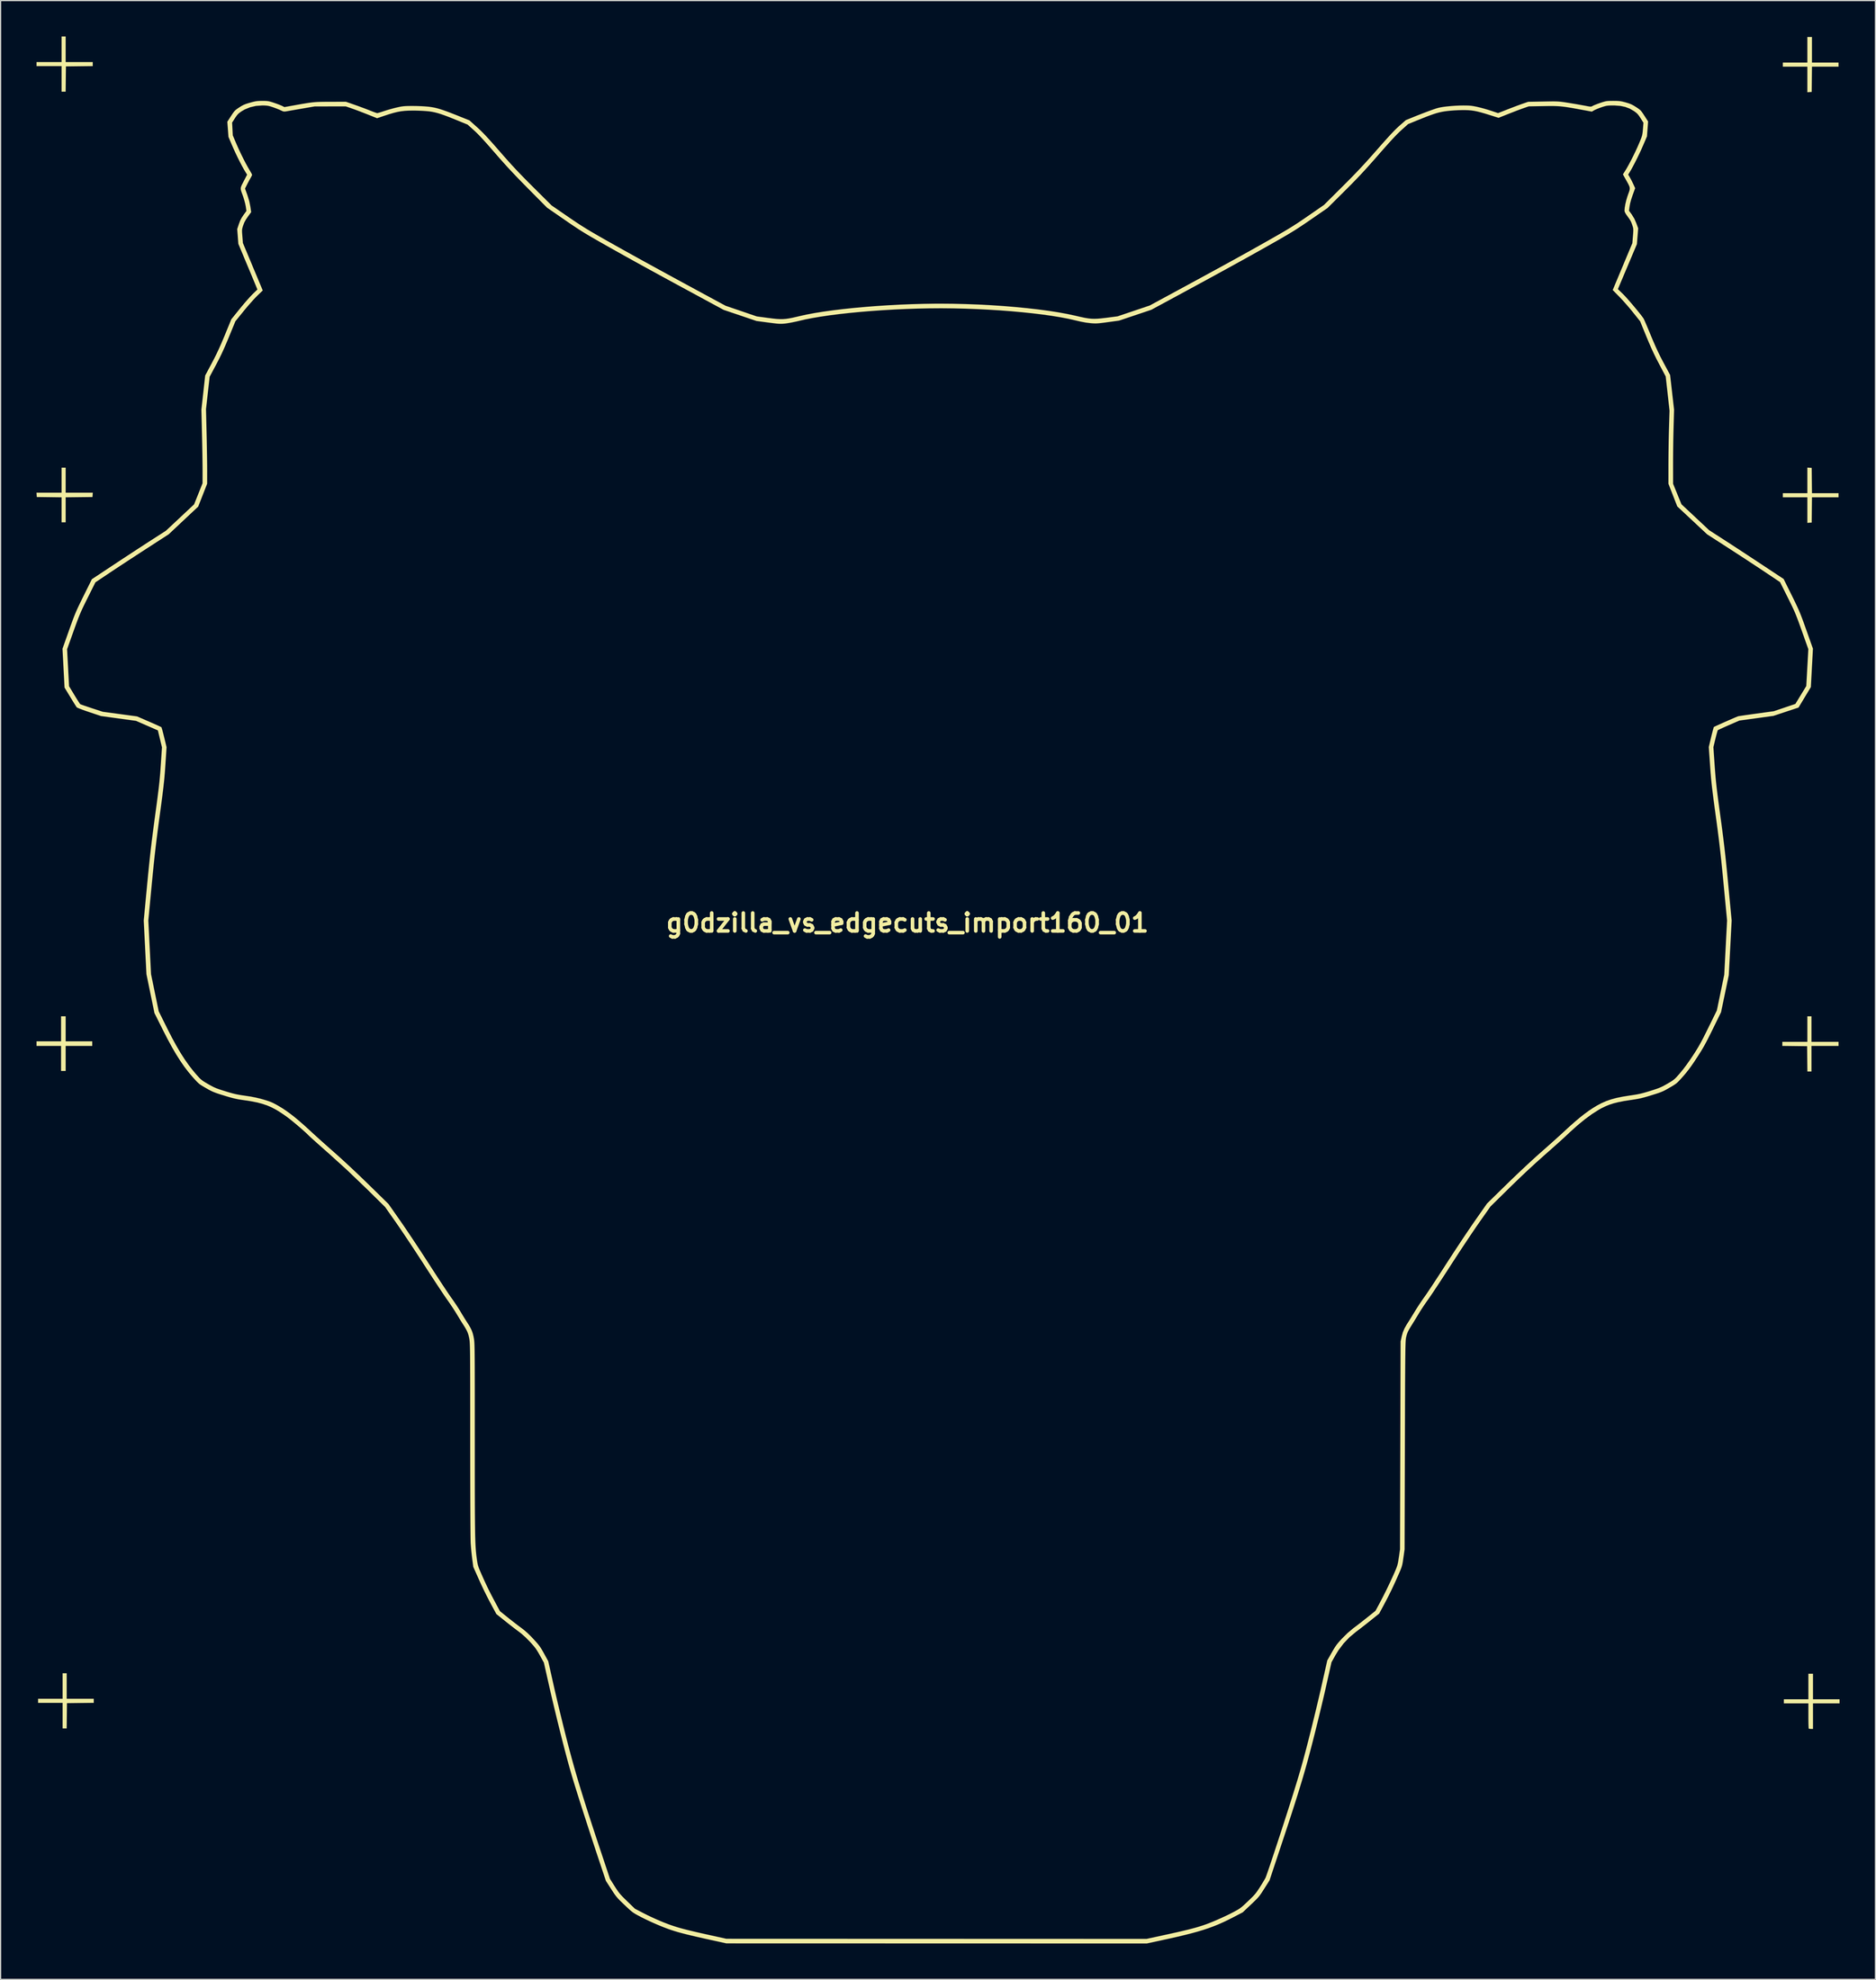
<source format=kicad_pcb>
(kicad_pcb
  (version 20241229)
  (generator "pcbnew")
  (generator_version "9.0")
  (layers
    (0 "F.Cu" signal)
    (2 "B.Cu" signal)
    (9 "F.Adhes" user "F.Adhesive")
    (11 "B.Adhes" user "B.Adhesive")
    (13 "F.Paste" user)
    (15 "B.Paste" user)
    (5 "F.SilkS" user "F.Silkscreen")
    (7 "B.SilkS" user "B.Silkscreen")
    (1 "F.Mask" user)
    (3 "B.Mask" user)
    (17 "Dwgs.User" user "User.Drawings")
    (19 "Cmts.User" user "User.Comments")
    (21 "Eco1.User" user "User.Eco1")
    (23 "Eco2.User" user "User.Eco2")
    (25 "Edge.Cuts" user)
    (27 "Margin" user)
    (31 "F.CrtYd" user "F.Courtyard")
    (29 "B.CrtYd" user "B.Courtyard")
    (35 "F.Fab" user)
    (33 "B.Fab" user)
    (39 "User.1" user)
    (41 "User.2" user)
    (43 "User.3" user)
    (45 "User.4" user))
  (footprint "g0dzilla_vs_edgecuts_import160_01"
    (layer "F.Cu")
    (at 72.79 74.066)
    (property "Reference" "g0dzilla_vs_edgecuts_import160_01" (at 0 0 0) (layer "F.SilkS") (effects (font (size 1.5 1.5) (thickness 0.3))))
    (attr board_only exclude_from_pos_files exclude_from_bom)
    (fp_poly (pts (xy -70.352 -72.998) (xy -70.352 -71.931) (xy -69.22 -71.931) (xy -68.089 -71.931) (xy -68.089 -71.761) (xy -68.089 -71.591) (xy -69.21 -71.58) (xy -70.33 -71.568) (xy -70.342 -70.512) (xy -70.353 -69.455) (xy -70.523 -69.455) (xy -70.693 -69.455) (xy -70.693 -70.522) (xy -70.693 -71.59) (xy -71.739 -71.59) (xy -72.785 -71.59) (xy -72.785 -71.76) (xy -72.785 -71.931) (xy -71.739 -71.931) (xy -70.693 -71.931) (xy -70.693 -72.998) (xy -70.693 -74.066) (xy -70.522 -74.066) (xy -70.352 -74.066)) (stroke (width 0) (type solid)) (fill yes) (layer "F.SilkS"))
    (fp_poly (pts (xy -70.352 -36.99) (xy -70.352 -35.944) (xy -69.218 -35.944) (xy -68.084 -35.944) (xy -68.097 -35.763) (xy -68.11 -35.581) (xy -69.231 -35.57) (xy -70.352 -35.559) (xy -70.352 -34.513) (xy -70.352 -33.468) (xy -70.522 -33.468) (xy -70.693 -33.468) (xy -70.693 -34.513) (xy -70.693 -35.558) (xy -71.728 -35.57) (xy -72.764 -35.581) (xy -72.777 -35.763) (xy -72.79 -35.944) (xy -71.741 -35.944) (xy -70.693 -35.944) (xy -70.693 -36.99) (xy -70.693 -38.036) (xy -70.522 -38.036) (xy -70.352 -38.036)) (stroke (width 0) (type solid)) (fill yes) (layer "F.SilkS"))
    (fp_poly (pts (xy -70.352 8.858) (xy -70.352 9.904) (xy -69.242 9.904) (xy -68.132 9.904) (xy -68.132 10.096) (xy -68.132 10.288) (xy -69.242 10.288) (xy -70.352 10.288) (xy -70.352 11.334) (xy -70.352 12.38) (xy -70.544 12.38) (xy -70.736 12.38) (xy -70.736 11.334) (xy -70.736 10.288) (xy -71.76 10.288) (xy -72.785 10.288) (xy -72.785 10.096) (xy -72.785 9.904) (xy -71.76 9.904) (xy -70.736 9.904) (xy -70.736 8.858) (xy -70.736 7.812) (xy -70.544 7.812) (xy -70.352 7.812)) (stroke (width 0) (type solid)) (fill yes) (layer "F.SilkS"))
    (fp_poly (pts (xy -70.266 63.777) (xy -70.266 64.845) (xy -69.135 64.845) (xy -68.004 64.845) (xy -68.004 65.015) (xy -68.004 65.185) (xy -69.124 65.196) (xy -70.245 65.208) (xy -70.256 66.264) (xy -70.268 67.321) (xy -70.438 67.321) (xy -70.608 67.321) (xy -70.608 66.253) (xy -70.608 65.186) (xy -71.632 65.186) (xy -72.657 65.186) (xy -72.657 65.015) (xy -72.657 64.845) (xy -71.632 64.845) (xy -70.608 64.845) (xy -70.608 63.777) (xy -70.608 62.71) (xy -70.437 62.71) (xy -70.266 62.71)) (stroke (width 0) (type solid)) (fill yes) (layer "F.SilkS"))
    (fp_poly (pts (xy 75.4 -38.028) (xy 75.581 -38.015) (xy 75.592 -36.958) (xy 75.604 -35.902) (xy 76.713 -35.902) (xy 77.822 -35.902) (xy 77.822 -35.731) (xy 77.822 -35.56) (xy 76.713 -35.56) (xy 75.604 -35.56) (xy 75.592 -34.503) (xy 75.581 -33.447) (xy 75.4 -33.434) (xy 75.218 -33.421) (xy 75.218 -34.49) (xy 75.218 -35.56) (xy 74.194 -35.56) (xy 73.169 -35.56) (xy 73.169 -35.731) (xy 73.169 -35.902) (xy 74.194 -35.902) (xy 75.218 -35.902) (xy 75.218 -36.971) (xy 75.218 -38.041)) (stroke (width 0) (type solid)) (fill yes) (layer "F.SilkS"))
    (fp_poly (pts (xy 75.56 8.879) (xy 75.56 9.947) (xy 76.691 9.947) (xy 77.822 9.947) (xy 77.822 10.117) (xy 77.822 10.288) (xy 76.691 10.288) (xy 75.56 10.288) (xy 75.56 11.355) (xy 75.56 12.423) (xy 75.39 12.423) (xy 75.22 12.423) (xy 75.208 11.366) (xy 75.197 10.309) (xy 74.162 10.298) (xy 73.126 10.287) (xy 73.126 10.117) (xy 73.126 9.947) (xy 74.172 9.947) (xy 75.218 9.947) (xy 75.218 8.879) (xy 75.218 7.812) (xy 75.389 7.812) (xy 75.56 7.812)) (stroke (width 0) (type solid)) (fill yes) (layer "F.SilkS"))
    (fp_poly (pts (xy 75.602 -72.956) (xy 75.602 -71.888) (xy 76.712 -71.888) (xy 77.822 -71.888) (xy 77.822 -71.718) (xy 77.822 -71.547) (xy 76.713 -71.547) (xy 75.604 -71.547) (xy 75.592 -70.49) (xy 75.581 -69.434) (xy 75.4 -69.421) (xy 75.218 -69.408) (xy 75.218 -70.477) (xy 75.218 -71.547) (xy 74.194 -71.547) (xy 73.169 -71.547) (xy 73.169 -71.718) (xy 73.169 -71.888) (xy 74.194 -71.888) (xy 75.218 -71.888) (xy 75.218 -72.956) (xy 75.218 -74.023) (xy 75.41 -74.023) (xy 75.602 -74.023)) (stroke (width 0) (type solid)) (fill yes) (layer "F.SilkS"))
    (fp_poly (pts (xy 75.688 63.82) (xy 75.688 64.887) (xy 76.798 64.887) (xy 77.908 64.887) (xy 77.908 65.058) (xy 77.908 65.229) (xy 76.798 65.229) (xy 75.688 65.229) (xy 75.688 66.296) (xy 75.688 67.363) (xy 75.524 67.363) (xy 75.411 67.357) (xy 75.339 67.34) (xy 75.332 67.335) (xy 75.324 67.286) (xy 75.317 67.164) (xy 75.311 66.98) (xy 75.307 66.747) (xy 75.304 66.477) (xy 75.304 66.268) (xy 75.304 65.229) (xy 74.279 65.229) (xy 73.254 65.229) (xy 73.254 65.058) (xy 73.254 64.887) (xy 74.279 64.887) (xy 75.304 64.887) (xy 75.304 63.82) (xy 75.304 62.753) (xy 75.496 62.753) (xy 75.688 62.753)) (stroke (width 0) (type solid)) (fill yes) (layer "F.SilkS"))
    (fp_poly (pts (xy 59.245 -68.685) (xy 59.441 -68.676) (xy 59.608 -68.657) (xy 59.775 -68.624) (xy 59.971 -68.574) (xy 60.04 -68.555) (xy 60.291 -68.479) (xy 60.493 -68.401) (xy 60.682 -68.304) (xy 60.895 -68.173) (xy 60.905 -68.166) (xy 61.07 -68.056) (xy 61.192 -67.965) (xy 61.291 -67.874) (xy 61.383 -67.763) (xy 61.486 -67.616) (xy 61.603 -67.436) (xy 61.907 -66.963) (xy 61.86 -66.341) (xy 61.813 -65.72) (xy 61.484 -64.951) (xy 61.339 -64.623) (xy 61.172 -64.265) (xy 60.994 -63.898) (xy 60.813 -63.538) (xy 60.638 -63.205) (xy 60.479 -62.916) (xy 60.36 -62.715) (xy 60.244 -62.527) (xy 60.373 -62.309) (xy 60.453 -62.165) (xy 60.55 -61.978) (xy 60.645 -61.783) (xy 60.665 -61.741) (xy 60.826 -61.39) (xy 60.618 -60.818) (xy 60.498 -60.461) (xy 60.41 -60.138) (xy 60.36 -59.876) (xy 60.311 -59.506) (xy 60.537 -59.198) (xy 60.758 -58.838) (xy 60.921 -58.463) (xy 61.078 -58.036) (xy 61.024 -57.374) (xy 60.97 -56.712) (xy 60.375 -55.304) (xy 60.227 -54.954) (xy 60.081 -54.608) (xy 59.941 -54.278) (xy 59.815 -53.979) (xy 59.707 -53.723) (xy 59.622 -53.524) (xy 59.581 -53.425) (xy 59.382 -52.956) (xy 59.802 -52.55) (xy 59.934 -52.416) (xy 60.104 -52.231) (xy 60.302 -52.007) (xy 60.516 -51.759) (xy 60.737 -51.498) (xy 60.952 -51.239) (xy 61.152 -50.994) (xy 61.324 -50.776) (xy 61.458 -50.598) (xy 61.528 -50.498) (xy 61.56 -50.434) (xy 61.621 -50.302) (xy 61.704 -50.111) (xy 61.807 -49.871) (xy 61.924 -49.594) (xy 62.051 -49.288) (xy 62.131 -49.094) (xy 62.347 -48.58) (xy 62.546 -48.125) (xy 62.74 -47.707) (xy 62.937 -47.305) (xy 63.149 -46.896) (xy 63.206 -46.789) (xy 63.746 -45.784) (xy 63.911 -44.333) (xy 64.077 -42.881) (xy 64.034 -41.343) (xy 64.023 -40.895) (xy 64.013 -40.389) (xy 64.005 -39.853) (xy 63.998 -39.313) (xy 63.994 -38.797) (xy 63.993 -38.331) (xy 63.993 -38.248) (xy 63.995 -36.691) (xy 64.345 -35.833) (xy 64.695 -34.976) (xy 65.855 -33.891) (xy 67.014 -32.806) (xy 68.266 -31.999) (xy 68.567 -31.805) (xy 68.924 -31.573) (xy 69.324 -31.312) (xy 69.753 -31.031) (xy 70.197 -30.74) (xy 70.641 -30.447) (xy 71.073 -30.163) (xy 71.377 -29.962) (xy 73.234 -28.733) (xy 73.907 -27.376) (xy 74.085 -27.016) (xy 74.234 -26.709) (xy 74.361 -26.44) (xy 74.473 -26.195) (xy 74.575 -25.956) (xy 74.675 -25.71) (xy 74.779 -25.44) (xy 74.893 -25.132) (xy 75.023 -24.769) (xy 75.132 -24.464) (xy 75.684 -22.91) (xy 75.597 -21.305) (xy 75.511 -19.701) (xy 74.995 -18.844) (xy 74.479 -17.988) (xy 73.429 -17.64) (xy 72.379 -17.292) (xy 70.956 -17.096) (xy 69.532 -16.9) (xy 68.651 -16.516) (xy 68.394 -16.403) (xy 68.164 -16.3) (xy 67.972 -16.213) (xy 67.829 -16.146) (xy 67.747 -16.105) (xy 67.733 -16.096) (xy 67.711 -16.044) (xy 67.675 -15.924) (xy 67.627 -15.75) (xy 67.572 -15.536) (xy 67.53 -15.368) (xy 67.364 -14.676) (xy 67.471 -13.133) (xy 67.496 -12.785) (xy 67.521 -12.463) (xy 67.547 -12.155) (xy 67.576 -11.85) (xy 67.609 -11.537) (xy 67.646 -11.205) (xy 67.69 -10.843) (xy 67.741 -10.44) (xy 67.802 -9.985) (xy 67.872 -9.466) (xy 67.944 -8.943) (xy 68.029 -8.319) (xy 68.105 -7.744) (xy 68.175 -7.203) (xy 68.239 -6.681) (xy 68.3 -6.162) (xy 68.36 -5.632) (xy 68.419 -5.074) (xy 68.48 -4.474) (xy 68.545 -3.816) (xy 68.6 -3.244) (xy 68.891 -0.192) (xy 68.771 2.092) (xy 68.65 4.376) (xy 68.327 5.923) (xy 68.004 7.47) (xy 67.308 8.89) (xy 67.106 9.298) (xy 66.932 9.644) (xy 66.778 9.942) (xy 66.636 10.206) (xy 66.496 10.452) (xy 66.352 10.693) (xy 66.195 10.945) (xy 66.017 11.223) (xy 65.984 11.272) (xy 65.731 11.656) (xy 65.506 11.981) (xy 65.297 12.265) (xy 65.092 12.526) (xy 64.878 12.779) (xy 64.834 12.828) (xy 64.648 13.037) (xy 64.502 13.197) (xy 64.38 13.32) (xy 64.264 13.42) (xy 64.139 13.511) (xy 63.988 13.608) (xy 63.794 13.723) (xy 63.709 13.772) (xy 63.503 13.891) (xy 63.33 13.987) (xy 63.17 14.066) (xy 63.007 14.136) (xy 62.822 14.205) (xy 62.597 14.281) (xy 62.315 14.37) (xy 62.194 14.407) (xy 61.861 14.509) (xy 61.584 14.588) (xy 61.339 14.651) (xy 61.103 14.702) (xy 60.849 14.747) (xy 60.555 14.793) (xy 60.405 14.814) (xy 59.879 14.896) (xy 59.423 14.986) (xy 59.02 15.087) (xy 58.657 15.205) (xy 58.316 15.344) (xy 57.982 15.51) (xy 57.787 15.62) (xy 57.223 15.978) (xy 56.626 16.416) (xy 55.998 16.931) (xy 55.337 17.525) (xy 55.09 17.759) (xy 54.965 17.877) (xy 54.784 18.042) (xy 54.558 18.247) (xy 54.296 18.482) (xy 54.007 18.74) (xy 53.701 19.011) (xy 53.387 19.288) (xy 53.255 19.405) (xy 52.577 20.01) (xy 51.863 20.665) (xy 51.132 21.356) (xy 50.399 22.065) (xy 50.288 22.175) (xy 48.73 23.709) (xy 47.769 25.078) (xy 47.56 25.378) (xy 47.314 25.739) (xy 47.039 26.146) (xy 46.743 26.589) (xy 46.434 27.054) (xy 46.12 27.529) (xy 45.811 28.002) (xy 45.513 28.46) (xy 45.38 28.666) (xy 45.113 29.081) (xy 44.846 29.491) (xy 44.587 29.888) (xy 44.341 30.263) (xy 44.112 30.607) (xy 43.909 30.913) (xy 43.734 31.171) (xy 43.596 31.373) (xy 43.51 31.493) (xy 43.334 31.743) (xy 43.146 32.018) (xy 42.965 32.293) (xy 42.81 32.538) (xy 42.758 32.625) (xy 42.616 32.861) (xy 42.461 33.115) (xy 42.312 33.357) (xy 42.19 33.554) (xy 42.034 33.803) (xy 41.918 34.001) (xy 41.834 34.165) (xy 41.772 34.314) (xy 41.724 34.467) (xy 41.681 34.642) (xy 41.681 34.645) (xy 41.672 34.689) (xy 41.664 34.74) (xy 41.656 34.801) (xy 41.649 34.877) (xy 41.643 34.971) (xy 41.637 35.086) (xy 41.632 35.226) (xy 41.627 35.394) (xy 41.622 35.595) (xy 41.618 35.832) (xy 41.615 36.107) (xy 41.611 36.426) (xy 41.608 36.791) (xy 41.605 37.206) (xy 41.602 37.675) (xy 41.599 38.201) (xy 41.596 38.787) (xy 41.594 39.438) (xy 41.591 40.157) (xy 41.589 40.947) (xy 41.586 41.813) (xy 41.583 42.756) (xy 41.58 43.671) (xy 41.555 52.358) (xy 41.455 53.063) (xy 41.418 53.317) (xy 41.385 53.515) (xy 41.35 53.679) (xy 41.307 53.83) (xy 41.249 53.99) (xy 41.171 54.181) (xy 41.065 54.424) (xy 41.044 54.471) (xy 40.822 54.969) (xy 40.621 55.409) (xy 40.43 55.812) (xy 40.238 56.199) (xy 40.036 56.592) (xy 39.843 56.957) (xy 39.432 57.724) (xy 38.702 58.31) (xy 38.45 58.51) (xy 38.186 58.718) (xy 37.928 58.919) (xy 37.696 59.097) (xy 37.51 59.236) (xy 37.502 59.242) (xy 36.945 59.706) (xy 36.449 60.229) (xy 36.016 60.807) (xy 35.78 61.195) (xy 35.445 61.792) (xy 34.986 63.835) (xy 34.883 64.289) (xy 34.762 64.807) (xy 34.627 65.373) (xy 34.484 65.968) (xy 34.337 66.575) (xy 34.189 67.175) (xy 34.045 67.752) (xy 33.909 68.287) (xy 33.895 68.343) (xy 33.759 68.869) (xy 33.627 69.372) (xy 33.496 69.859) (xy 33.365 70.337) (xy 33.23 70.814) (xy 33.091 71.296) (xy 32.944 71.791) (xy 32.787 72.307) (xy 32.619 72.851) (xy 32.436 73.429) (xy 32.238 74.05) (xy 32.021 74.72) (xy 31.783 75.448) (xy 31.522 76.239) (xy 31.236 77.102) (xy 31.16 77.331) (xy 30.266 80.021) (xy 29.829 80.711) (xy 29.681 80.941) (xy 29.56 81.125) (xy 29.45 81.278) (xy 29.34 81.415) (xy 29.215 81.553) (xy 29.063 81.707) (xy 28.871 81.892) (xy 28.708 82.046) (xy 28.025 82.692) (xy 27.257 83.092) (xy 26.832 83.308) (xy 26.423 83.504) (xy 26.019 83.684) (xy 25.612 83.85) (xy 25.191 84.005) (xy 24.748 84.153) (xy 24.272 84.297) (xy 23.755 84.44) (xy 23.187 84.584) (xy 22.557 84.734) (xy 21.857 84.892) (xy 21.488 84.972) (xy 20.01 85.293) (xy 2.438 85.289) (xy -15.133 85.285) (xy -16.457 84.994) (xy -17.067 84.859) (xy -17.603 84.737) (xy -18.073 84.627) (xy -18.487 84.526) (xy -18.854 84.431) (xy -19.183 84.341) (xy -19.483 84.251) (xy -19.764 84.16) (xy -20.034 84.065) (xy -20.303 83.964) (xy -20.581 83.854) (xy -20.597 83.847) (xy -20.921 83.712) (xy -21.27 83.559) (xy -21.62 83.399) (xy -21.945 83.244) (xy -22.219 83.107) (xy -22.252 83.09) (xy -22.488 82.965) (xy -22.674 82.864) (xy -22.826 82.773) (xy -22.96 82.683) (xy -23.091 82.58) (xy -23.237 82.454) (xy -23.412 82.292) (xy -23.632 82.084) (xy -23.639 82.077) (xy -23.867 81.86) (xy -24.046 81.685) (xy -24.189 81.535) (xy -24.311 81.393) (xy -24.425 81.245) (xy -24.545 81.074) (xy -24.684 80.862) (xy -24.755 80.752) (xy -25.199 80.063) (xy -25.92 77.908) (xy -26.078 77.433) (xy -26.255 76.894) (xy -26.447 76.31) (xy -26.646 75.699) (xy -26.847 75.079) (xy -27.044 74.468) (xy -27.232 73.883) (xy -27.404 73.344) (xy -27.426 73.276) (xy -27.613 72.682) (xy -27.778 72.154) (xy -27.925 71.674) (xy -28.059 71.227) (xy -28.184 70.796) (xy -28.305 70.366) (xy -28.427 69.921) (xy -28.554 69.443) (xy -28.691 68.918) (xy -28.835 68.359) (xy -28.969 67.831) (xy -29.112 67.259) (xy -29.26 66.66) (xy -29.407 66.052) (xy -29.551 65.454) (xy -29.687 64.883) (xy -29.81 64.358) (xy -29.915 63.896) (xy -29.921 63.872) (xy -30.382 61.825) (xy -30.716 61.222) (xy -30.857 60.973) (xy -30.981 60.773) (xy -31.103 60.597) (xy -31.243 60.423) (xy -31.416 60.226) (xy -31.544 60.086) (xy -31.912 59.713) (xy -32.264 59.4) (xy -32.465 59.245) (xy -32.633 59.12) (xy -32.85 58.956) (xy -33.095 58.766) (xy -33.352 58.565) (xy -33.601 58.367) (xy -33.624 58.349) (xy -34.356 57.763) (xy -34.697 57.131) (xy -34.959 56.64) (xy -35.19 56.191) (xy -35.405 55.755) (xy -35.619 55.303) (xy -35.844 54.808) (xy -35.906 54.67) (xy -36.283 53.822) (xy -36.371 53.169) (xy -36.408 52.866) (xy -36.445 52.52) (xy -36.476 52.174) (xy -36.499 51.869) (xy -36.499 51.86) (xy -36.504 51.747) (xy -36.508 51.552) (xy -36.512 51.281) (xy -36.516 50.937) (xy -36.519 50.525) (xy -36.523 50.05) (xy -36.526 49.514) (xy -36.529 48.924) (xy -36.532 48.282) (xy -36.534 47.594) (xy -36.536 46.864) (xy -36.538 46.095) (xy -36.539 45.293) (xy -36.54 44.462) (xy -36.541 43.605) (xy -36.541 43.171) (xy -36.541 42.197) (xy -36.541 41.304) (xy -36.541 40.49) (xy -36.542 39.749) (xy -36.542 39.079) (xy -36.543 38.475) (xy -36.544 37.933) (xy -36.546 37.451) (xy -36.547 37.024) (xy -36.549 36.648) (xy -36.552 36.319) (xy -36.555 36.034) (xy -36.558 35.79) (xy -36.562 35.581) (xy -36.566 35.405) (xy -36.571 35.257) (xy -36.577 35.134) (xy -36.583 35.032) (xy -36.59 34.948) (xy -36.598 34.877) (xy -36.606 34.815) (xy -36.615 34.76) (xy -36.624 34.713) (xy -36.678 34.475) (xy -36.746 34.263) (xy -36.84 34.053) (xy -36.968 33.824) (xy -37.14 33.554) (xy -37.217 33.434) (xy -37.326 33.26) (xy -37.454 33.051) (xy -37.589 32.828) (xy -37.653 32.721) (xy -37.81 32.466) (xy -37.999 32.174) (xy -38.2 31.875) (xy -38.39 31.599) (xy -38.453 31.511) (xy -38.557 31.364) (xy -38.701 31.153) (xy -38.88 30.887) (xy -39.088 30.574) (xy -39.32 30.224) (xy -39.57 29.843) (xy -39.833 29.442) (xy -40.102 29.027) (xy -40.358 28.63) (xy -40.648 28.182) (xy -40.951 27.718) (xy -41.26 27.247) (xy -41.567 26.783) (xy -41.865 26.336) (xy -42.145 25.919) (xy -42.399 25.544) (xy -42.621 25.221) (xy -42.736 25.055) (xy -43.653 23.75) (xy -45.209 22.215) (xy -46.879 20.617) (xy -48.345 19.29) (xy -48.661 19.011) (xy -48.961 18.746) (xy -49.236 18.501) (xy -49.482 18.282) (xy -49.691 18.094) (xy -49.856 17.945) (xy -49.971 17.839) (xy -50.029 17.783) (xy -50.032 17.781) (xy -50.139 17.672) (xy -50.3 17.522) (xy -50.502 17.34) (xy -50.733 17.138) (xy -50.98 16.926) (xy -51.23 16.717) (xy -51.47 16.52) (xy -51.662 16.367) (xy -51.904 16.186) (xy -52.18 15.993) (xy -52.46 15.807) (xy -52.71 15.652) (xy -52.748 15.63) (xy -53.12 15.433) (xy -53.502 15.267) (xy -53.911 15.128) (xy -54.361 15.01) (xy -54.867 14.91) (xy -55.364 14.834) (xy -55.666 14.791) (xy -55.922 14.749) (xy -56.155 14.702) (xy -56.389 14.647) (xy -56.646 14.576) (xy -56.95 14.486) (xy -57.114 14.436) (xy -57.426 14.339) (xy -57.673 14.258) (xy -57.874 14.186) (xy -58.047 14.116) (xy -58.21 14.04) (xy -58.379 13.951) (xy -58.574 13.841) (xy -58.629 13.81) (xy -58.842 13.686) (xy -59.006 13.586) (xy -59.139 13.495) (xy -59.257 13.399) (xy -59.377 13.284) (xy -59.516 13.137) (xy -59.691 12.942) (xy -59.736 12.892) (xy -60.09 12.475) (xy -60.437 12.021) (xy -60.781 11.523) (xy -61.128 10.974) (xy -61.482 10.365) (xy -61.849 9.689) (xy -62.204 8.996) (xy -62.932 7.54) (xy -63.266 5.915) (xy -63.601 4.29) (xy -63.714 2.049) (xy -63.827 -0.192) (xy -63.545 -3.159) (xy -63.475 -3.886) (xy -63.409 -4.545) (xy -63.346 -5.153) (xy -63.284 -5.728) (xy -63.22 -6.287) (xy -63.153 -6.848) (xy -63.08 -7.427) (xy -63 -8.041) (xy -62.91 -8.71) (xy -62.881 -8.922) (xy -62.8 -9.516) (xy -62.73 -10.036) (xy -62.671 -10.491) (xy -62.62 -10.893) (xy -62.576 -11.251) (xy -62.539 -11.575) (xy -62.507 -11.876) (xy -62.48 -12.164) (xy -62.455 -12.449) (xy -62.433 -12.741) (xy -62.411 -13.051) (xy -62.401 -13.191) (xy -62.303 -14.664) (xy -62.474 -15.372) (xy -62.645 -16.08) (xy -63.557 -16.478) (xy -64.469 -16.876) (xy -65.932 -17.077) (xy -67.395 -17.278) (xy -68.377 -17.606) (xy -68.655 -17.7) (xy -68.907 -17.79) (xy -69.123 -17.871) (xy -69.289 -17.938) (xy -69.394 -17.986) (xy -69.424 -18.006) (xy -69.465 -18.063) (xy -69.541 -18.182) (xy -69.647 -18.349) (xy -69.775 -18.555) (xy -69.916 -18.786) (xy -69.966 -18.868) (xy -70.445 -19.658) (xy -70.531 -21.28) (xy -70.615 -22.86) (xy -70.233 -22.86) (xy -70.15 -21.315) (xy -70.067 -19.771) (xy -69.626 -19.042) (xy -69.489 -18.816) (xy -69.364 -18.616) (xy -69.26 -18.452) (xy -69.183 -18.335) (xy -69.141 -18.279) (xy -69.139 -18.276) (xy -69.086 -18.253) (xy -68.965 -18.207) (xy -68.786 -18.144) (xy -68.563 -18.068) (xy -68.308 -17.983) (xy -68.174 -17.938) (xy -67.257 -17.637) (xy -65.82 -17.443) (xy -64.382 -17.248) (xy -63.386 -16.815) (xy -63.114 -16.696) (xy -62.866 -16.587) (xy -62.655 -16.492) (xy -62.492 -16.417) (xy -62.387 -16.367) (xy -62.352 -16.347) (xy -62.331 -16.296) (xy -62.293 -16.176) (xy -62.244 -15.999) (xy -62.187 -15.778) (xy -62.125 -15.528) (xy -62.116 -15.494) (xy -61.919 -14.675) (xy -62.017 -13.197) (xy -62.039 -12.876) (xy -62.061 -12.578) (xy -62.084 -12.292) (xy -62.11 -12.008) (xy -62.14 -11.716) (xy -62.174 -11.405) (xy -62.214 -11.066) (xy -62.261 -10.688) (xy -62.317 -10.26) (xy -62.381 -9.774) (xy -62.456 -9.218) (xy -62.497 -8.922) (xy -62.59 -8.233) (xy -62.673 -7.601) (xy -62.748 -7.011) (xy -62.817 -6.444) (xy -62.882 -5.883) (xy -62.945 -5.311) (xy -63.008 -4.711) (xy -63.073 -4.065) (xy -63.142 -3.355) (xy -63.161 -3.159) (xy -63.443 -0.192) (xy -63.33 2.049) (xy -63.216 4.29) (xy -62.896 5.84) (xy -62.576 7.39) (xy -61.862 8.828) (xy -61.48 9.576) (xy -61.114 10.249) (xy -60.758 10.856) (xy -60.408 11.403) (xy -60.059 11.9) (xy -59.705 12.355) (xy -59.508 12.589) (xy -59.331 12.791) (xy -59.192 12.943) (xy -59.073 13.06) (xy -58.956 13.158) (xy -58.824 13.25) (xy -58.658 13.352) (xy -58.451 13.473) (xy -58.242 13.592) (xy -58.062 13.688) (xy -57.894 13.768) (xy -57.717 13.841) (xy -57.511 13.915) (xy -57.258 13.998) (xy -57.014 14.074) (xy -56.684 14.174) (xy -56.409 14.252) (xy -56.162 14.313) (xy -55.918 14.362) (xy -55.652 14.407) (xy -55.346 14.451) (xy -54.884 14.521) (xy -54.471 14.601) (xy -54.073 14.697) (xy -53.852 14.759) (xy -53.57 14.843) (xy -53.344 14.918) (xy -53.149 14.995) (xy -52.958 15.085) (xy -52.745 15.198) (xy -52.603 15.278) (xy -52.271 15.476) (xy -51.937 15.697) (xy -51.592 15.946) (xy -51.228 16.229) (xy -50.836 16.555) (xy -50.409 16.929) (xy -49.937 17.358) (xy -49.733 17.547) (xy -49.566 17.701) (xy -49.346 17.901) (xy -49.085 18.136) (xy -48.795 18.396) (xy -48.486 18.671) (xy -48.172 18.949) (xy -47.876 19.21) (xy -47.532 19.516) (xy -47.142 19.87) (xy -46.72 20.26) (xy -46.28 20.672) (xy -45.834 21.094) (xy -45.398 21.513) (xy -44.984 21.915) (xy -44.982 21.917) (xy -43.369 23.498) (xy -42.396 24.887) (xy -42.186 25.19) (xy -41.938 25.553) (xy -41.661 25.964) (xy -41.363 26.409) (xy -41.052 26.877) (xy -40.737 27.355) (xy -40.426 27.831) (xy -40.126 28.292) (xy -39.983 28.514) (xy -39.714 28.93) (xy -39.447 29.341) (xy -39.188 29.738) (xy -38.941 30.114) (xy -38.712 30.459) (xy -38.508 30.765) (xy -38.334 31.024) (xy -38.195 31.227) (xy -38.105 31.353) (xy -37.928 31.602) (xy -37.74 31.88) (xy -37.558 32.158) (xy -37.402 32.406) (xy -37.354 32.486) (xy -37.221 32.71) (xy -37.083 32.937) (xy -36.955 33.143) (xy -36.853 33.303) (xy -36.842 33.319) (xy -36.657 33.606) (xy -36.517 33.849) (xy -36.413 34.067) (xy -36.335 34.283) (xy -36.275 34.516) (xy -36.247 34.65) (xy -36.237 34.708) (xy -36.227 34.765) (xy -36.218 34.825) (xy -36.209 34.892) (xy -36.202 34.969) (xy -36.195 35.062) (xy -36.189 35.172) (xy -36.184 35.305) (xy -36.179 35.463) (xy -36.175 35.651) (xy -36.172 35.873) (xy -36.169 36.132) (xy -36.166 36.432) (xy -36.164 36.778) (xy -36.162 37.172) (xy -36.161 37.618) (xy -36.16 38.121) (xy -36.159 38.684) (xy -36.158 39.31) (xy -36.158 40.005) (xy -36.158 40.771) (xy -36.158 41.613) (xy -36.158 42.533) (xy -36.157 43.163) (xy -36.157 44.187) (xy -36.157 45.131) (xy -36.157 45.997) (xy -36.156 46.789) (xy -36.155 47.512) (xy -36.153 48.169) (xy -36.151 48.765) (xy -36.148 49.303) (xy -36.144 49.787) (xy -36.14 50.221) (xy -36.135 50.609) (xy -36.13 50.956) (xy -36.123 51.264) (xy -36.115 51.539) (xy -36.107 51.783) (xy -36.097 52.001) (xy -36.086 52.197) (xy -36.074 52.375) (xy -36.06 52.539) (xy -36.045 52.692) (xy -36.029 52.839) (xy -36.011 52.984) (xy -35.991 53.13) (xy -35.991 53.131) (xy -35.961 53.345) (xy -35.932 53.517) (xy -35.898 53.667) (xy -35.854 53.814) (xy -35.793 53.978) (xy -35.709 54.179) (xy -35.596 54.437) (xy -35.591 54.45) (xy -35.387 54.906) (xy -35.199 55.313) (xy -35.014 55.697) (xy -34.819 56.085) (xy -34.601 56.502) (xy -34.444 56.798) (xy -34.054 57.524) (xy -33.409 58.043) (xy -33.165 58.238) (xy -32.901 58.444) (xy -32.642 58.643) (xy -32.41 58.819) (xy -32.278 58.916) (xy -32.007 59.126) (xy -31.745 59.355) (xy -31.472 59.623) (xy -31.254 59.852) (xy -31.051 60.074) (xy -30.894 60.254) (xy -30.767 60.414) (xy -30.655 60.574) (xy -30.544 60.755) (xy -30.419 60.975) (xy -30.366 61.071) (xy -30.017 61.707) (xy -29.563 63.735) (xy -29.462 64.182) (xy -29.342 64.695) (xy -29.21 65.255) (xy -29.068 65.846) (xy -28.921 66.45) (xy -28.774 67.05) (xy -28.629 67.628) (xy -28.493 68.168) (xy -28.47 68.259) (xy -28.314 68.861) (xy -28.157 69.449) (xy -27.999 70.03) (xy -27.835 70.613) (xy -27.665 71.205) (xy -27.485 71.813) (xy -27.294 72.444) (xy -27.088 73.108) (xy -26.867 73.81) (xy -26.626 74.559) (xy -26.365 75.362) (xy -26.081 76.227) (xy -25.771 77.161) (xy -25.621 77.609) (xy -24.859 79.893) (xy -24.467 80.512) (xy -24.327 80.73) (xy -24.207 80.907) (xy -24.093 81.06) (xy -23.971 81.206) (xy -23.828 81.361) (xy -23.649 81.541) (xy -23.425 81.759) (xy -22.775 82.388) (xy -22.006 82.788) (xy -21.711 82.935) (xy -21.365 83.099) (xy -20.999 83.265) (xy -20.643 83.42) (xy -20.363 83.535) (xy -20.084 83.643) (xy -19.815 83.742) (xy -19.544 83.835) (xy -19.263 83.924) (xy -18.96 84.012) (xy -18.627 84.102) (xy -18.254 84.196) (xy -17.83 84.298) (xy -17.347 84.409) (xy -16.793 84.533) (xy -16.542 84.589) (xy -15.133 84.899) (xy 2.43 84.904) (xy 19.993 84.909) (xy 21.384 84.607) (xy 21.998 84.473) (xy 22.538 84.353) (xy 23.011 84.243) (xy 23.428 84.143) (xy 23.798 84.048) (xy 24.128 83.958) (xy 24.429 83.868) (xy 24.709 83.778) (xy 24.977 83.684) (xy 25.242 83.584) (xy 25.502 83.48) (xy 25.821 83.345) (xy 26.169 83.191) (xy 26.519 83.031) (xy 26.843 82.876) (xy 27.11 82.741) (xy 27.353 82.614) (xy 27.543 82.51) (xy 27.697 82.419) (xy 27.832 82.326) (xy 27.965 82.221) (xy 28.113 82.091) (xy 28.293 81.923) (xy 28.461 81.764) (xy 28.685 81.55) (xy 28.86 81.376) (xy 29.001 81.226) (xy 29.121 81.083) (xy 29.234 80.93) (xy 29.356 80.75) (xy 29.489 80.542) (xy 29.624 80.327) (xy 29.746 80.127) (xy 29.847 79.957) (xy 29.917 79.832) (xy 29.942 79.78) (xy 29.986 79.664) (xy 30.054 79.474) (xy 30.143 79.217) (xy 30.251 78.902) (xy 30.375 78.534) (xy 30.513 78.122) (xy 30.662 77.674) (xy 30.82 77.196) (xy 30.984 76.695) (xy 31.153 76.18) (xy 31.323 75.658) (xy 31.493 75.135) (xy 31.659 74.62) (xy 31.819 74.12) (xy 31.971 73.642) (xy 32.081 73.297) (xy 32.274 72.683) (xy 32.444 72.134) (xy 32.596 71.637) (xy 32.734 71.176) (xy 32.863 70.736) (xy 32.986 70.302) (xy 33.108 69.859) (xy 33.233 69.392) (xy 33.366 68.886) (xy 33.51 68.327) (xy 33.527 68.26) (xy 33.662 67.731) (xy 33.806 67.153) (xy 33.955 66.547) (xy 34.105 65.93) (xy 34.251 65.322) (xy 34.389 64.74) (xy 34.514 64.204) (xy 34.619 63.743) (xy 35.093 61.638) (xy 35.461 60.99) (xy 35.612 60.728) (xy 35.742 60.519) (xy 35.867 60.339) (xy 36.004 60.167) (xy 36.171 59.977) (xy 36.324 59.811) (xy 36.792 59.348) (xy 37.258 58.957) (xy 37.31 58.917) (xy 37.511 58.767) (xy 37.755 58.579) (xy 38.019 58.374) (xy 38.282 58.167) (xy 38.46 58.025) (xy 39.12 57.497) (xy 39.459 56.87) (xy 39.739 56.336) (xy 40.032 55.753) (xy 40.321 55.151) (xy 40.593 54.561) (xy 40.718 54.279) (xy 40.82 54.04) (xy 40.895 53.85) (xy 40.95 53.683) (xy 40.993 53.512) (xy 41.03 53.313) (xy 41.069 53.058) (xy 41.075 53.02) (xy 41.171 52.358) (xy 41.196 43.671) (xy 41.221 34.984) (xy 41.313 34.564) (xy 41.407 34.225) (xy 41.543 33.901) (xy 41.731 33.566) (xy 41.836 33.404) (xy 41.894 33.313) (xy 41.988 33.164) (xy 42.107 32.972) (xy 42.241 32.752) (xy 42.378 32.528) (xy 42.547 32.255) (xy 42.738 31.958) (xy 42.933 31.665) (xy 43.113 31.403) (xy 43.209 31.268) (xy 43.308 31.13) (xy 43.446 30.928) (xy 43.619 30.67) (xy 43.821 30.367) (xy 44.047 30.025) (xy 44.29 29.653) (xy 44.546 29.261) (xy 44.809 28.856) (xy 45.013 28.538) (xy 45.303 28.09) (xy 45.611 27.618) (xy 45.929 27.134) (xy 46.248 26.652) (xy 46.559 26.186) (xy 46.854 25.747) (xy 47.124 25.35) (xy 47.359 25.008) (xy 47.428 24.909) (xy 48.444 23.458) (xy 50.06 21.876) (xy 50.471 21.476) (xy 50.905 21.06) (xy 51.349 20.641) (xy 51.788 20.23) (xy 52.208 19.842) (xy 52.597 19.488) (xy 52.941 19.183) (xy 52.956 19.169) (xy 53.266 18.896) (xy 53.581 18.618) (xy 53.889 18.343) (xy 54.178 18.084) (xy 54.437 17.85) (xy 54.655 17.652) (xy 54.813 17.506) (xy 55.313 17.045) (xy 55.767 16.643) (xy 56.182 16.292) (xy 56.566 15.987) (xy 56.929 15.721) (xy 57.279 15.486) (xy 57.623 15.277) (xy 57.643 15.265) (xy 58.02 15.066) (xy 58.404 14.898) (xy 58.812 14.756) (xy 59.258 14.635) (xy 59.757 14.532) (xy 60.326 14.44) (xy 60.366 14.435) (xy 60.7 14.385) (xy 60.978 14.339) (xy 61.227 14.288) (xy 61.474 14.228) (xy 61.746 14.151) (xy 62.069 14.052) (xy 62.09 14.046) (xy 62.394 13.95) (xy 62.635 13.869) (xy 62.833 13.795) (xy 63.008 13.72) (xy 63.179 13.636) (xy 63.365 13.534) (xy 63.521 13.444) (xy 63.737 13.318) (xy 63.902 13.216) (xy 64.033 13.123) (xy 64.15 13.024) (xy 64.27 12.904) (xy 64.412 12.747) (xy 64.568 12.568) (xy 64.823 12.258) (xy 65.104 11.886) (xy 65.401 11.467) (xy 65.63 11.126) (xy 65.801 10.865) (xy 65.951 10.626) (xy 66.09 10.397) (xy 66.224 10.163) (xy 66.362 9.912) (xy 66.511 9.628) (xy 66.678 9.299) (xy 66.871 8.91) (xy 66.939 8.773) (xy 67.653 7.321) (xy 67.962 5.827) (xy 68.271 4.333) (xy 68.389 2.07) (xy 68.507 -0.192) (xy 68.216 -3.244) (xy 68.147 -3.961) (xy 68.082 -4.607) (xy 68.022 -5.199) (xy 67.962 -5.752) (xy 67.902 -6.281) (xy 67.841 -6.802) (xy 67.775 -7.329) (xy 67.704 -7.879) (xy 67.625 -8.467) (xy 67.56 -8.943) (xy 67.48 -9.529) (xy 67.41 -10.041) (xy 67.351 -10.491) (xy 67.301 -10.89) (xy 67.257 -11.25) (xy 67.22 -11.58) (xy 67.188 -11.893) (xy 67.16 -12.2) (xy 67.133 -12.511) (xy 67.108 -12.839) (xy 67.087 -13.139) (xy 66.978 -14.687) (xy 67.174 -15.508) (xy 67.236 -15.762) (xy 67.293 -15.987) (xy 67.342 -16.17) (xy 67.379 -16.299) (xy 67.401 -16.36) (xy 67.403 -16.362) (xy 67.448 -16.387) (xy 67.56 -16.44) (xy 67.723 -16.516) (xy 67.927 -16.608) (xy 68.158 -16.711) (xy 68.402 -16.819) (xy 68.648 -16.927) (xy 68.881 -17.029) (xy 69.09 -17.119) (xy 69.261 -17.192) (xy 69.382 -17.241) (xy 69.434 -17.26) (xy 69.495 -17.272) (xy 69.631 -17.293) (xy 69.83 -17.323) (xy 70.083 -17.36) (xy 70.378 -17.402) (xy 70.705 -17.448) (xy 70.965 -17.484) (xy 72.411 -17.682) (xy 73.313 -17.987) (xy 74.215 -18.292) (xy 74.671 -19.039) (xy 75.127 -19.786) (xy 75.213 -21.327) (xy 75.299 -22.867) (xy 74.753 -24.4) (xy 74.606 -24.81) (xy 74.481 -25.155) (xy 74.37 -25.449) (xy 74.269 -25.708) (xy 74.17 -25.947) (xy 74.066 -26.181) (xy 73.952 -26.426) (xy 73.821 -26.697) (xy 73.667 -27.009) (xy 73.57 -27.203) (xy 72.934 -28.472) (xy 71.654 -29.329) (xy 71.337 -29.54) (xy 70.964 -29.787) (xy 70.55 -30.059) (xy 70.11 -30.348) (xy 69.66 -30.642) (xy 69.215 -30.931) (xy 68.79 -31.206) (xy 68.606 -31.326) (xy 66.838 -32.465) (xy 65.591 -33.632) (xy 64.343 -34.798) (xy 63.974 -35.745) (xy 63.605 -36.691) (xy 63.606 -38.271) (xy 63.608 -38.719) (xy 63.612 -39.218) (xy 63.619 -39.742) (xy 63.627 -40.265) (xy 63.637 -40.762) (xy 63.648 -41.206) (xy 63.652 -41.323) (xy 63.697 -42.796) (xy 63.538 -44.225) (xy 63.379 -45.654) (xy 62.835 -46.68) (xy 62.599 -47.134) (xy 62.381 -47.579) (xy 62.169 -48.038) (xy 61.953 -48.535) (xy 61.765 -48.986) (xy 61.241 -50.266) (xy 60.645 -51.013) (xy 60.428 -51.279) (xy 60.185 -51.565) (xy 59.935 -51.85) (xy 59.698 -52.11) (xy 59.499 -52.32) (xy 58.949 -52.879) (xy 59.77 -54.838) (xy 60.592 -56.798) (xy 60.64 -57.395) (xy 60.659 -57.636) (xy 60.669 -57.811) (xy 60.669 -57.94) (xy 60.658 -58.045) (xy 60.636 -58.144) (xy 60.6 -58.257) (xy 60.594 -58.276) (xy 60.534 -58.448) (xy 60.479 -58.582) (xy 60.417 -58.702) (xy 60.333 -58.833) (xy 60.215 -58.998) (xy 60.164 -59.067) (xy 60.039 -59.248) (xy 59.966 -59.384) (xy 59.937 -59.491) (xy 59.936 -59.517) (xy 59.953 -59.752) (xy 60.001 -60.04) (xy 60.075 -60.357) (xy 60.169 -60.677) (xy 60.234 -60.866) (xy 60.305 -61.059) (xy 60.352 -61.207) (xy 60.374 -61.329) (xy 60.368 -61.443) (xy 60.332 -61.566) (xy 60.262 -61.716) (xy 60.156 -61.911) (xy 60.059 -62.083) (xy 59.801 -62.545) (xy 59.971 -62.809) (xy 60.118 -63.05) (xy 60.287 -63.352) (xy 60.47 -63.697) (xy 60.658 -64.066) (xy 60.84 -64.441) (xy 61.008 -64.804) (xy 61.133 -65.091) (xy 61.24 -65.346) (xy 61.318 -65.541) (xy 61.374 -65.696) (xy 61.412 -65.83) (xy 61.437 -65.961) (xy 61.456 -66.109) (xy 61.472 -66.293) (xy 61.475 -66.329) (xy 61.518 -66.859) (xy 61.276 -67.241) (xy 61.152 -67.43) (xy 61.046 -67.567) (xy 60.934 -67.678) (xy 60.793 -67.786) (xy 60.709 -67.844) (xy 60.365 -68.041) (xy 59.996 -68.181) (xy 59.587 -68.266) (xy 59.123 -68.301) (xy 58.997 -68.303) (xy 58.763 -68.301) (xy 58.586 -68.293) (xy 58.44 -68.275) (xy 58.296 -68.242) (xy 58.128 -68.191) (xy 58.018 -68.154) (xy 57.814 -68.081) (xy 57.618 -68.003) (xy 57.46 -67.933) (xy 57.391 -67.897) (xy 57.204 -67.787) (xy 56.51 -67.916) (xy 56.049 -68.001) (xy 55.658 -68.072) (xy 55.326 -68.128) (xy 55.037 -68.173) (xy 54.78 -68.206) (xy 54.542 -68.23) (xy 54.309 -68.245) (xy 54.068 -68.253) (xy 53.806 -68.256) (xy 53.51 -68.253) (xy 53.169 -68.248) (xy 51.931 -68.227) (xy 51.483 -68.072) (xy 51.297 -68.006) (xy 51.055 -67.916) (xy 50.777 -67.81) (xy 50.486 -67.697) (xy 50.221 -67.593) (xy 49.407 -67.269) (xy 48.663 -67.504) (xy 48.263 -67.628) (xy 47.926 -67.725) (xy 47.636 -67.798) (xy 47.376 -67.851) (xy 47.13 -67.886) (xy 46.881 -67.907) (xy 46.612 -67.916) (xy 46.412 -67.917) (xy 46.077 -67.909) (xy 45.707 -67.89) (xy 45.346 -67.862) (xy 45.101 -67.836) (xy 44.875 -67.805) (xy 44.662 -67.768) (xy 44.449 -67.721) (xy 44.225 -67.661) (xy 43.979 -67.583) (xy 43.701 -67.485) (xy 43.377 -67.364) (xy 42.999 -67.214) (xy 42.555 -67.035) (xy 41.845 -66.744) (xy 41.289 -66.245) (xy 41.119 -66.087) (xy 40.932 -65.903) (xy 40.721 -65.686) (xy 40.483 -65.432) (xy 40.21 -65.132) (xy 39.898 -64.782) (xy 39.54 -64.376) (xy 39.345 -64.153) (xy 38.928 -63.677) (xy 38.549 -63.252) (xy 38.195 -62.861) (xy 37.849 -62.489) (xy 37.497 -62.12) (xy 37.125 -61.738) (xy 36.717 -61.328) (xy 36.535 -61.146) (xy 35.112 -59.732) (xy 33.708 -58.764) (xy 33.385 -58.542) (xy 33.095 -58.345) (xy 32.828 -58.167) (xy 32.571 -58) (xy 32.315 -57.837) (xy 32.048 -57.674) (xy 31.761 -57.501) (xy 31.441 -57.314) (xy 31.079 -57.105) (xy 30.663 -56.868) (xy 30.208 -56.61) (xy 29.589 -56.262) (xy 28.938 -55.897) (xy 28.247 -55.512) (xy 27.514 -55.107) (xy 26.733 -54.677) (xy 25.9 -54.22) (xy 25.009 -53.733) (xy 24.056 -53.215) (xy 23.037 -52.662) (xy 22.053 -52.129) (xy 20.392 -51.231) (xy 19.043 -50.777) (xy 17.695 -50.324) (xy 16.755 -50.195) (xy 16.44 -50.152) (xy 16.192 -50.121) (xy 15.994 -50.101) (xy 15.83 -50.09) (xy 15.682 -50.088) (xy 15.533 -50.093) (xy 15.366 -50.104) (xy 15.304 -50.11) (xy 14.927 -50.156) (xy 14.493 -50.237) (xy 14.015 -50.348) (xy 13.444 -50.479) (xy 12.795 -50.603) (xy 12.077 -50.72) (xy 11.298 -50.83) (xy 10.466 -50.931) (xy 9.589 -51.023) (xy 8.674 -51.106) (xy 7.73 -51.178) (xy 6.765 -51.238) (xy 5.787 -51.287) (xy 4.803 -51.323) (xy 3.822 -51.346) (xy 2.852 -51.354) (xy 2.791 -51.354) (xy 1.835 -51.348) (xy 0.864 -51.328) (xy -0.115 -51.295) (xy -1.093 -51.25) (xy -2.063 -51.193) (xy -3.016 -51.126) (xy -3.945 -51.049) (xy -4.842 -50.962) (xy -5.699 -50.867) (xy -6.509 -50.764) (xy -7.262 -50.653) (xy -7.952 -50.536) (xy -8.571 -50.414) (xy -8.986 -50.317) (xy -9.271 -50.25) (xy -9.566 -50.188) (xy -9.846 -50.134) (xy -10.085 -50.095) (xy -10.212 -50.079) (xy -10.367 -50.065) (xy -10.506 -50.057) (xy -10.642 -50.056) (xy -10.794 -50.063) (xy -10.975 -50.08) (xy -11.202 -50.106) (xy -11.491 -50.143) (xy -11.642 -50.163) (xy -12.615 -50.292) (xy -13.986 -50.757) (xy -15.358 -51.221) (xy -17.679 -52.478) (xy -18.525 -52.936) (xy -19.303 -53.358) (xy -20.02 -53.748) (xy -20.683 -54.109) (xy -21.298 -54.445) (xy -21.874 -54.761) (xy -22.417 -55.06) (xy -22.934 -55.346) (xy -23.432 -55.622) (xy -23.919 -55.894) (xy -24.401 -56.164) (xy -24.886 -56.436) (xy -25.208 -56.618) (xy -25.67 -56.88) (xy -26.069 -57.108) (xy -26.418 -57.309) (xy -26.727 -57.491) (xy -27.009 -57.662) (xy -27.276 -57.828) (xy -27.539 -57.997) (xy -27.811 -58.176) (xy -28.103 -58.373) (xy -28.427 -58.594) (xy -28.645 -58.745) (xy -30.119 -59.762) (xy -31.698 -61.355) (xy -32.18 -61.844) (xy -32.612 -62.289) (xy -33.008 -62.705) (xy -33.381 -63.105) (xy -33.743 -63.504) (xy -34.109 -63.915) (xy -34.49 -64.353) (xy -34.493 -64.356) (xy -34.864 -64.783) (xy -35.189 -65.15) (xy -35.471 -65.463) (xy -35.718 -65.727) (xy -35.934 -65.949) (xy -36.126 -66.135) (xy -36.233 -66.233) (xy -36.757 -66.702) (xy -37.514 -67.013) (xy -37.975 -67.2) (xy -38.369 -67.356) (xy -38.707 -67.482) (xy -38.999 -67.584) (xy -39.255 -67.663) (xy -39.486 -67.723) (xy -39.702 -67.768) (xy -39.915 -67.801) (xy -39.992 -67.811) (xy -40.225 -67.833) (xy -40.515 -67.852) (xy -40.832 -67.866) (xy -41.146 -67.874) (xy -41.313 -67.875) (xy -41.684 -67.87) (xy -42.012 -67.852) (xy -42.318 -67.817) (xy -42.622 -67.762) (xy -42.945 -67.683) (xy -43.307 -67.576) (xy -43.689 -67.451) (xy -44.326 -67.236) (xy -45.14 -67.562) (xy -45.428 -67.675) (xy -45.727 -67.79) (xy -46.014 -67.899) (xy -46.266 -67.992) (xy -46.446 -68.055) (xy -46.937 -68.224) (xy -48.239 -68.223) (xy -49.541 -68.222) (xy -50.544 -68.049) (xy -50.846 -67.997) (xy -51.137 -67.947) (xy -51.401 -67.901) (xy -51.622 -67.862) (xy -51.783 -67.834) (xy -51.836 -67.825) (xy -51.992 -67.799) (xy -52.101 -67.794) (xy -52.196 -67.815) (xy -52.313 -67.866) (xy -52.369 -67.894) (xy -52.52 -67.962) (xy -52.719 -68.042) (xy -52.935 -68.122) (xy -53.039 -68.159) (xy -53.246 -68.226) (xy -53.412 -68.268) (xy -53.569 -68.291) (xy -53.753 -68.301) (xy -53.929 -68.303) (xy -54.445 -68.265) (xy -54.933 -68.153) (xy -55.383 -67.97) (xy -55.634 -67.825) (xy -55.801 -67.71) (xy -55.926 -67.605) (xy -56.033 -67.485) (xy -56.148 -67.324) (xy -56.202 -67.241) (xy -56.44 -66.872) (xy -56.412 -66.339) (xy -56.384 -65.805) (xy -56.085 -65.101) (xy -55.914 -64.714) (xy -55.723 -64.305) (xy -55.521 -63.894) (xy -55.319 -63.501) (xy -55.126 -63.148) (xy -54.956 -62.856) (xy -54.87 -62.711) (xy -54.805 -62.591) (xy -54.772 -62.516) (xy -54.77 -62.506) (xy -54.79 -62.446) (xy -54.843 -62.339) (xy -54.901 -62.235) (xy -54.986 -62.086) (xy -55.088 -61.897) (xy -55.186 -61.708) (xy -55.197 -61.685) (xy -55.362 -61.358) (xy -55.171 -60.834) (xy -55.009 -60.313) (xy -54.914 -59.85) (xy -54.847 -59.389) (xy -55.123 -59.011) (xy -55.296 -58.755) (xy -55.422 -58.521) (xy -55.514 -58.284) (xy -55.561 -58.139) (xy -55.591 -58.024) (xy -55.608 -57.917) (xy -55.611 -57.795) (xy -55.604 -57.637) (xy -55.588 -57.42) (xy -55.584 -57.372) (xy -55.539 -56.81) (xy -54.893 -55.267) (xy -54.742 -54.905) (xy -54.593 -54.549) (xy -54.452 -54.212) (xy -54.323 -53.905) (xy -54.213 -53.641) (xy -54.125 -53.431) (xy -54.065 -53.288) (xy -54.063 -53.283) (xy -53.879 -52.843) (xy -54.331 -52.408) (xy -54.49 -52.247) (xy -54.687 -52.035) (xy -54.908 -51.788) (xy -55.139 -51.522) (xy -55.365 -51.254) (xy -55.475 -51.12) (xy -56.167 -50.266) (xy -56.711 -48.943) (xy -56.928 -48.422) (xy -57.129 -47.963) (xy -57.322 -47.542) (xy -57.518 -47.141) (xy -57.727 -46.737) (xy -57.786 -46.626) (xy -58.317 -45.632) (xy -58.47 -44.278) (xy -58.622 -42.924) (xy -58.574 -40.853) (xy -58.563 -40.394) (xy -58.554 -39.923) (xy -58.546 -39.454) (xy -58.538 -39.002) (xy -58.532 -38.582) (xy -58.528 -38.208) (xy -58.526 -37.896) (xy -58.526 -37.738) (xy -58.527 -36.694) (xy -58.9 -35.738) (xy -59.274 -34.782) (xy -60.507 -33.625) (xy -61.739 -32.468) (xy -63.623 -31.249) (xy -64.035 -30.982) (xy -64.468 -30.7) (xy -64.908 -30.413) (xy -65.34 -30.13) (xy -65.753 -29.859) (xy -66.131 -29.61) (xy -66.462 -29.391) (xy -66.686 -29.242) (xy -67.865 -28.452) (xy -68.513 -27.156) (xy -68.689 -26.803) (xy -68.836 -26.502) (xy -68.962 -26.237) (xy -69.073 -25.992) (xy -69.176 -25.751) (xy -69.278 -25.499) (xy -69.385 -25.219) (xy -69.504 -24.896) (xy -69.642 -24.514) (xy -69.697 -24.36) (xy -70.233 -22.86) (xy -70.615 -22.86) (xy -70.617 -22.903) (xy -70.079 -24.418) (xy -69.935 -24.824) (xy -69.811 -25.166) (xy -69.702 -25.458) (xy -69.6 -25.718) (xy -69.499 -25.962) (xy -69.393 -26.204) (xy -69.273 -26.462) (xy -69.134 -26.751) (xy -68.969 -27.087) (xy -68.852 -27.323) (xy -68.163 -28.713) (xy -66.322 -29.932) (xy -65.911 -30.204) (xy -65.476 -30.491) (xy -65.03 -30.783) (xy -64.589 -31.072) (xy -64.166 -31.348) (xy -63.776 -31.602) (xy -63.432 -31.825) (xy -63.227 -31.957) (xy -61.972 -32.764) (xy -60.794 -33.867) (xy -59.617 -34.97) (xy -59.264 -35.851) (xy -58.911 -36.732) (xy -58.91 -37.757) (xy -58.911 -38.021) (xy -58.914 -38.354) (xy -58.919 -38.744) (xy -58.925 -39.174) (xy -58.933 -39.631) (xy -58.942 -40.1) (xy -58.952 -40.565) (xy -58.959 -40.832) (xy -59.008 -42.881) (xy -58.849 -44.309) (xy -58.69 -45.737) (xy -58.142 -46.764) (xy -57.925 -47.178) (xy -57.725 -47.58) (xy -57.533 -47.99) (xy -57.337 -48.43) (xy -57.129 -48.922) (xy -57.049 -49.114) (xy -56.505 -50.437) (xy -55.812 -51.296) (xy -55.599 -51.556) (xy -55.377 -51.818) (xy -55.161 -52.066) (xy -54.964 -52.287) (xy -54.798 -52.463) (xy -54.723 -52.539) (xy -54.326 -52.923) (xy -54.491 -53.324) (xy -54.546 -53.456) (xy -54.629 -53.655) (xy -54.735 -53.909) (xy -54.859 -54.207) (xy -54.996 -54.536) (xy -55.142 -54.884) (xy -55.288 -55.231) (xy -55.919 -56.738) (xy -55.967 -57.355) (xy -56.015 -57.972) (xy -55.877 -58.388) (xy -55.771 -58.671) (xy -55.646 -58.913) (xy -55.491 -59.147) (xy -55.243 -59.49) (xy -55.301 -59.873) (xy -55.344 -60.085) (xy -55.411 -60.344) (xy -55.495 -60.619) (xy -55.559 -60.804) (xy -55.635 -61.01) (xy -55.688 -61.167) (xy -55.716 -61.291) (xy -55.718 -61.402) (xy -55.691 -61.517) (xy -55.634 -61.656) (xy -55.543 -61.835) (xy -55.42 -62.071) (xy -55.186 -62.52) (xy -55.333 -62.754) (xy -55.468 -62.981) (xy -55.627 -63.27) (xy -55.8 -63.602) (xy -55.98 -63.961) (xy -56.156 -64.33) (xy -56.322 -64.69) (xy -56.436 -64.951) (xy -56.745 -65.677) (xy -56.793 -66.309) (xy -56.841 -66.941) (xy -56.538 -67.411) (xy -56.409 -67.609) (xy -56.306 -67.753) (xy -56.213 -67.862) (xy -56.111 -67.954) (xy -55.982 -68.048) (xy -55.854 -68.134) (xy -55.67 -68.251) (xy -55.508 -68.339) (xy -55.339 -68.411) (xy -55.136 -68.479) (xy -54.94 -68.536) (xy -54.697 -68.602) (xy -54.504 -68.645) (xy -54.331 -68.671) (xy -54.148 -68.683) (xy -53.923 -68.686) (xy -53.914 -68.686) (xy -53.694 -68.684) (xy -53.525 -68.675) (xy -53.378 -68.654) (xy -53.221 -68.615) (xy -53.026 -68.554) (xy -52.932 -68.522) (xy -52.72 -68.448) (xy -52.518 -68.373) (xy -52.352 -68.306) (xy -52.256 -68.262) (xy -52.069 -68.167) (xy -51.338 -68.298) (xy -50.91 -68.375) (xy -50.551 -68.438) (xy -50.248 -68.488) (xy -49.988 -68.528) (xy -49.757 -68.558) (xy -49.54 -68.579) (xy -49.323 -68.594) (xy -49.094 -68.603) (xy -48.837 -68.608) (xy -48.54 -68.61) (xy -48.214 -68.611) (xy -46.929 -68.613) (xy -46.186 -68.353) (xy -45.899 -68.251) (xy -45.592 -68.138) (xy -45.294 -68.027) (xy -45.033 -67.926) (xy -44.912 -67.878) (xy -44.71 -67.798) (xy -44.533 -67.731) (xy -44.397 -67.684) (xy -44.319 -67.663) (xy -44.312 -67.662) (xy -44.247 -67.675) (xy -44.119 -67.711) (xy -43.947 -67.765) (xy -43.748 -67.831) (xy -43.733 -67.836) (xy -43.473 -67.919) (xy -43.172 -68.006) (xy -42.872 -68.087) (xy -42.675 -68.134) (xy -42.47 -68.18) (xy -42.297 -68.213) (xy -42.135 -68.235) (xy -41.964 -68.249) (xy -41.761 -68.257) (xy -41.506 -68.26) (xy -41.332 -68.26) (xy -41.007 -68.256) (xy -40.669 -68.244) (xy -40.346 -68.226) (xy -40.068 -68.203) (xy -39.98 -68.194) (xy -39.764 -68.164) (xy -39.552 -68.126) (xy -39.333 -68.075) (xy -39.095 -68.008) (xy -38.829 -67.922) (xy -38.523 -67.814) (xy -38.168 -67.68) (xy -37.751 -67.517) (xy -37.459 -67.4) (xy -36.604 -67.057) (xy -35.978 -66.495) (xy -35.797 -66.329) (xy -35.615 -66.155) (xy -35.425 -65.963) (xy -35.219 -65.747) (xy -34.989 -65.498) (xy -34.727 -65.207) (xy -34.427 -64.867) (xy -34.08 -64.47) (xy -34.072 -64.461) (xy -33.702 -64.037) (xy -33.362 -63.654) (xy -33.038 -63.297) (xy -32.717 -62.95) (xy -32.384 -62.601) (xy -32.028 -62.235) (xy -31.634 -61.836) (xy -31.263 -61.466) (xy -29.733 -59.945) (xy -28.367 -59.006) (xy -28.026 -58.773) (xy -27.719 -58.566) (xy -27.431 -58.376) (xy -27.152 -58.197) (xy -26.869 -58.02) (xy -26.569 -57.839) (xy -26.24 -57.645) (xy -25.871 -57.431) (xy -25.448 -57.189) (xy -25.08 -56.981) (xy -24.397 -56.596) (xy -23.66 -56.184) (xy -22.867 -55.744) (xy -22.015 -55.273) (xy -21.1 -54.771) (xy -20.12 -54.235) (xy -19.073 -53.664) (xy -17.954 -53.057) (xy -17.066 -52.576) (xy -15.2 -51.566) (xy -13.896 -51.121) (xy -12.593 -50.675) (xy -11.63 -50.546) (xy -11.253 -50.498) (xy -10.935 -50.465) (xy -10.657 -50.449) (xy -10.4 -50.45) (xy -10.146 -50.47) (xy -9.875 -50.51) (xy -9.569 -50.57) (xy -9.209 -50.653) (xy -9.016 -50.699) (xy -8.426 -50.83) (xy -7.759 -50.955) (xy -7.023 -51.073) (xy -6.226 -51.184) (xy -5.376 -51.287) (xy -4.482 -51.382) (xy -3.551 -51.466) (xy -2.592 -51.541) (xy -1.613 -51.605) (xy -0.622 -51.658) (xy 0.374 -51.698) (xy 1.365 -51.725) (xy 2.344 -51.738) (xy 2.751 -51.739) (xy 3.806 -51.731) (xy 4.869 -51.706) (xy 5.93 -51.666) (xy 6.982 -51.611) (xy 8.016 -51.542) (xy 9.025 -51.459) (xy 9.999 -51.364) (xy 10.93 -51.258) (xy 11.81 -51.14) (xy 12.63 -51.012) (xy 13.383 -50.874) (xy 14.059 -50.728) (xy 14.091 -50.72) (xy 14.485 -50.629) (xy 14.817 -50.559) (xy 15.104 -50.511) (xy 15.368 -50.483) (xy 15.625 -50.475) (xy 15.897 -50.484) (xy 16.201 -50.51) (xy 16.557 -50.551) (xy 16.671 -50.565) (xy 17.567 -50.681) (xy 18.911 -51.134) (xy 20.255 -51.587) (xy 22.667 -52.894) (xy 23.519 -53.356) (xy 24.303 -53.781) (xy 25.024 -54.174) (xy 25.691 -54.538) (xy 26.311 -54.876) (xy 26.889 -55.194) (xy 27.433 -55.493) (xy 27.95 -55.779) (xy 28.447 -56.055) (xy 28.93 -56.325) (xy 29.406 -56.592) (xy 29.882 -56.86) (xy 30.228 -57.056) (xy 30.695 -57.321) (xy 31.099 -57.553) (xy 31.453 -57.759) (xy 31.768 -57.946) (xy 32.057 -58.122) (xy 32.332 -58.295) (xy 32.605 -58.472) (xy 32.887 -58.66) (xy 33.192 -58.868) (xy 33.473 -59.061) (xy 34.813 -59.987) (xy 36.343 -61.509) (xy 36.802 -61.968) (xy 37.214 -62.386) (xy 37.593 -62.779) (xy 37.954 -63.162) (xy 38.313 -63.552) (xy 38.685 -63.965) (xy 39.086 -64.417) (xy 39.236 -64.589) (xy 39.605 -65.008) (xy 39.925 -65.368) (xy 40.202 -65.675) (xy 40.444 -65.936) (xy 40.655 -66.157) (xy 40.841 -66.344) (xy 41.009 -66.504) (xy 41.129 -66.612) (xy 41.659 -67.078) (xy 42.334 -67.353) (xy 42.627 -67.47) (xy 42.964 -67.602) (xy 43.309 -67.734) (xy 43.626 -67.853) (xy 43.714 -67.885) (xy 43.983 -67.981) (xy 44.198 -68.053) (xy 44.382 -68.106) (xy 44.561 -68.145) (xy 44.758 -68.178) (xy 44.998 -68.209) (xy 45.101 -68.221) (xy 45.438 -68.254) (xy 45.812 -68.28) (xy 46.179 -68.297) (xy 46.446 -68.301) (xy 46.726 -68.299) (xy 46.949 -68.291) (xy 47.143 -68.273) (xy 47.335 -68.244) (xy 47.554 -68.2) (xy 47.662 -68.176) (xy 47.931 -68.111) (xy 48.239 -68.027) (xy 48.547 -67.936) (xy 48.791 -67.857) (xy 49.365 -67.663) (xy 50.136 -67.967) (xy 50.419 -68.077) (xy 50.715 -68.19) (xy 51 -68.297) (xy 51.249 -68.388) (xy 51.398 -68.441) (xy 51.889 -68.61) (xy 53.148 -68.632) (xy 53.51 -68.638) (xy 53.802 -68.642) (xy 54.039 -68.643) (xy 54.236 -68.639) (xy 54.408 -68.631) (xy 54.57 -68.618) (xy 54.738 -68.598) (xy 54.927 -68.571) (xy 55.152 -68.536) (xy 55.24 -68.522) (xy 55.543 -68.472) (xy 55.862 -68.419) (xy 56.169 -68.365) (xy 56.439 -68.317) (xy 56.606 -68.286) (xy 56.826 -68.244) (xy 56.979 -68.218) (xy 57.082 -68.206) (xy 57.153 -68.21) (xy 57.208 -68.228) (xy 57.265 -68.26) (xy 57.276 -68.266) (xy 57.37 -68.313) (xy 57.524 -68.376) (xy 57.716 -68.449) (xy 57.914 -68.518) (xy 58.122 -68.587) (xy 58.282 -68.634) (xy 58.422 -68.663) (xy 58.566 -68.679) (xy 58.741 -68.685) (xy 58.974 -68.687) (xy 58.992 -68.687)) (stroke (width 0) (type solid)) (fill yes) (layer "F.SilkS")))
  (gr_rect
    (start -3 -3)
    (end 153.697 162.358)
    (stroke (width 0.1) (type default))
    (fill no)
    (layer "Edge.Cuts")))
</source>
